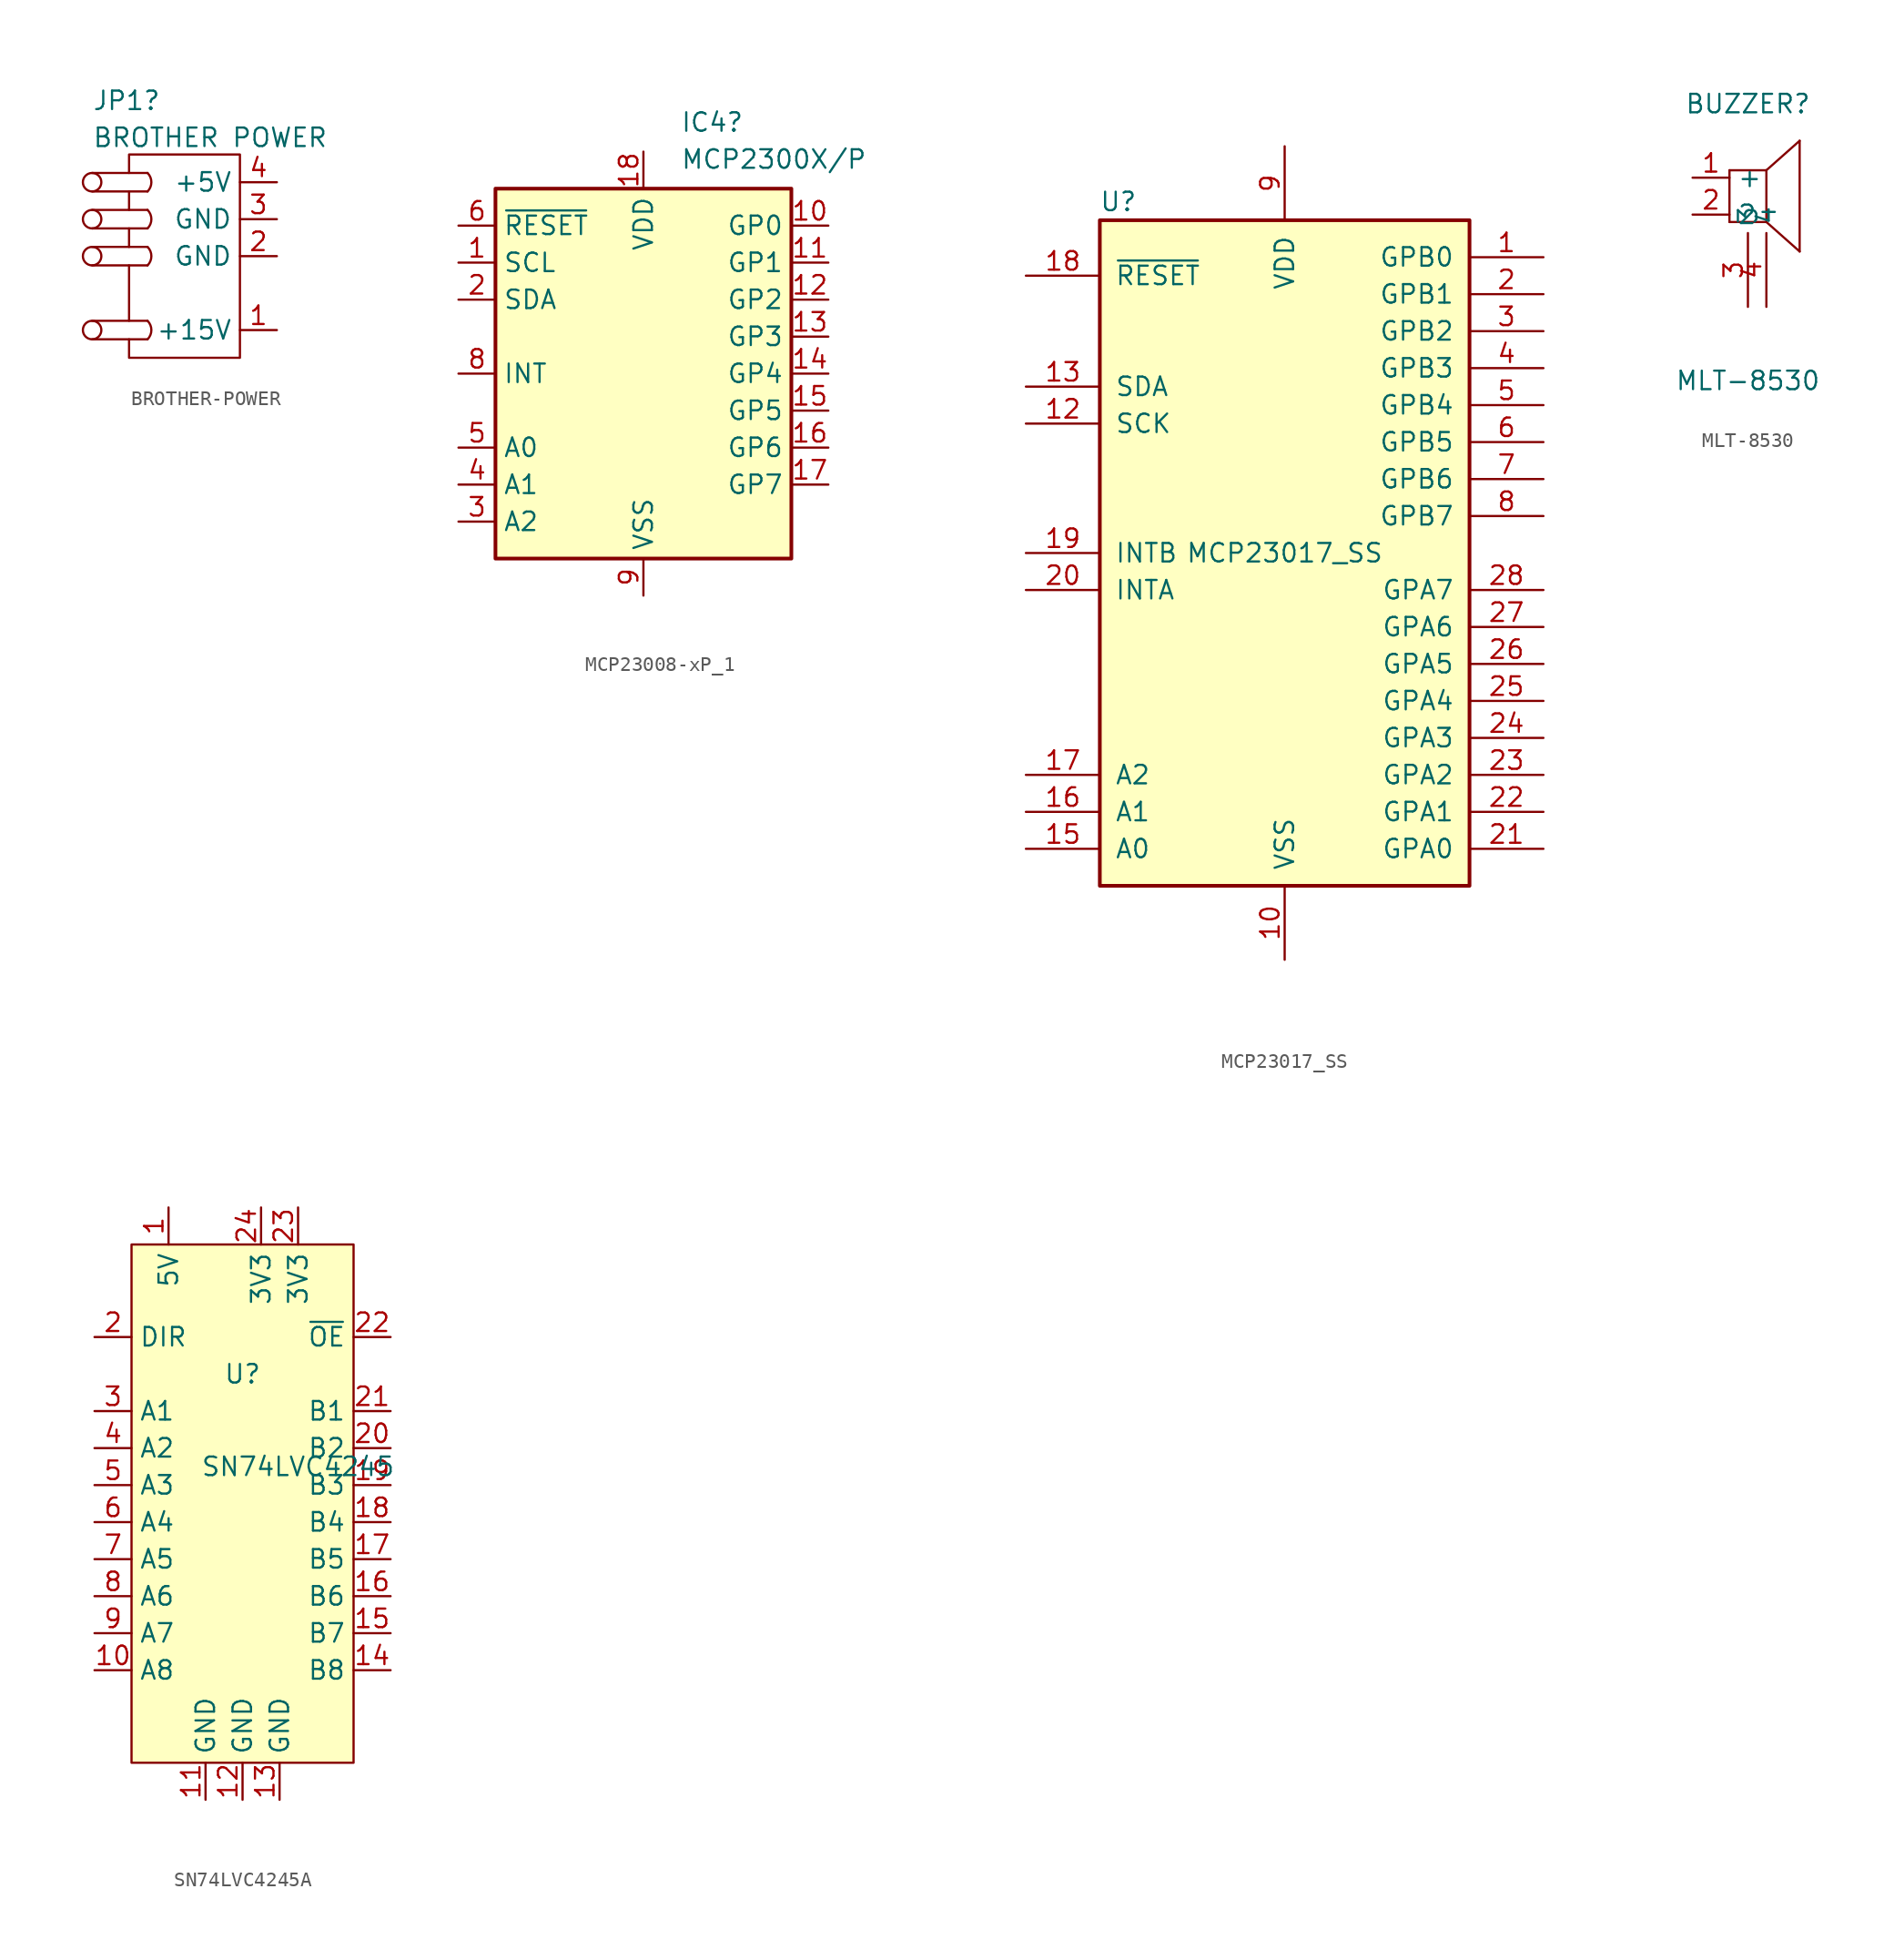
<source format=kicad_sym>
(kicad_symbol_lib
  (version 20241209)
  (generator "kicad_symbol_editor")
  (generator_version "9.0")
  (symbol "BROTHER-POWER"
    (property "Reference" "JP1"
      (at -5.08 12.7 0)
      (effects (font (size 1.27 1.27)) (justify left top)))
    (property "Value" "BROTHER POWER"
      (at -5.08 10.16 0)
      (effects (font (size 1.27 1.27)) (justify left top)))
    (symbol "BROTHER-POWER_1_1"
      (polyline (pts (xy -5.08 6.985) (xy -1.27 6.985)) (stroke (width 0) (type default)) (fill (type none)))
      (circle (center -5.08 6.35) (radius 0.635) (stroke (width 0) (type default)) (fill (type none)))
      (polyline (pts (xy -5.08 5.715) (xy -1.27 5.715)) (stroke (width 0) (type default)) (fill (type none)))
      (polyline (pts (xy -5.08 4.445) (xy -1.27 4.445)) (stroke (width 0) (type default)) (fill (type none)))
      (circle (center -5.08 3.81) (radius 0.635) (stroke (width 0) (type default)) (fill (type none)))
      (polyline (pts (xy -5.08 3.175) (xy -1.27 3.175)) (stroke (width 0) (type default)) (fill (type none)))
      (polyline (pts (xy -5.08 1.905) (xy -1.27 1.905)) (stroke (width 0) (type default)) (fill (type none)))
      (circle (center -5.08 1.27) (radius 0.635) (stroke (width 0) (type default)) (fill (type none)))
      (polyline (pts (xy -5.08 0.635) (xy -1.27 0.635)) (stroke (width 0) (type default)) (fill (type none)))
      (polyline (pts (xy -5.08 -3.175) (xy -1.27 -3.175)) (stroke (width 0) (type default)) (fill (type none)))
      (circle (center -5.08 -3.81) (radius 0.635) (stroke (width 0) (type default)) (fill (type none)))
      (polyline (pts (xy -5.08 -4.445) (xy -1.27 -4.445)) (stroke (width 0) (type default)) (fill (type none)))
      (polyline (pts (xy -2.54 6.985) (xy -2.54 8.255) (xy 5.08 8.255) (xy 5.08 -5.715) (xy -2.54 -5.715) (xy -2.54 -4.445)) (stroke (width 0) (type default)) (fill (type none)))
      (polyline (pts (xy -2.54 4.445) (xy -2.54 5.715)) (stroke (width 0) (type default)) (fill (type none)))
      (polyline (pts (xy -2.54 1.905) (xy -2.54 3.175)) (stroke (width 0) (type default)) (fill (type none)))
      (polyline (pts (xy -2.54 -3.175) (xy -2.54 0.635)) (stroke (width 0) (type default)) (fill (type none)))
      (arc (start -1.27 6.985) (mid -1.007 6.35) (end -1.27 5.715) (stroke (width 0) (type default)) (fill (type none)))
      (arc (start -1.27 4.445) (mid -1.007 3.81) (end -1.27 3.175) (stroke (width 0) (type default)) (fill (type none)))
      (arc (start -1.27 1.905) (mid -1.007 1.27) (end -1.27 0.635) (stroke (width 0) (type default)) (fill (type none)))
      (arc (start -1.27 -3.175) (mid -1.007 -3.81) (end -1.27 -4.445) (stroke (width 0) (type default)) (fill (type none)))
      (pin input line (at 7.62 6.35 180) (length 2.54) (name "+5V" (effects (font (size 1.27 1.27)))) (number "4" (effects (font (size 1.27 1.27)))))
      (pin input line (at 7.62 3.81 180) (length 2.54) (name "GND" (effects (font (size 1.27 1.27)))) (number "3" (effects (font (size 1.27 1.27)))))
      (pin input line (at 7.62 1.27 180) (length 2.54) (name "GND" (effects (font (size 1.27 1.27)))) (number "2" (effects (font (size 1.27 1.27)))))
      (pin input line (at 7.62 -3.81 180) (length 2.54) (name "+15V" (effects (font (size 1.27 1.27)))) (number "1" (effects (font (size 1.27 1.27)))))))
  (symbol "MCP23008-xP_1"
    (property "Reference" "IC4"
      (at 2.54 16.51 0)
      (effects (font (size 1.27 1.27)) (justify left bottom)))
    (property "Value" "MCP2300X{slash}P"
      (at 2.54 13.97 0)
      (effects (font (size 1.27 1.27)) (justify left bottom)))
    (symbol "MCP23008-xP_1_0_1"
      (rectangle (start -10.16 12.7) (end 10.16 -12.7) (stroke (width 0.254) (type default)) (fill (type background))))
    (symbol "MCP23008-xP_1_1_1"
      (pin input line (at -12.7 10.16 0) (length 2.54) (name "~{RESET}" (effects (font (size 1.27 1.27)))) (number "6" (effects (font (size 1.27 1.27)))))
      (pin input line (at -12.7 7.62 0) (length 2.54) (name "SCL" (effects (font (size 1.27 1.27)))) (number "1" (effects (font (size 1.27 1.27)))))
      (pin bidirectional line (at -12.7 5.08 0) (length 2.54) (name "SDA" (effects (font (size 1.27 1.27)))) (number "2" (effects (font (size 1.27 1.27)))))
      (pin output line (at -12.7 0 0) (length 2.54) (name "INT" (effects (font (size 1.27 1.27)))) (number "8" (effects (font (size 1.27 1.27)))) (alternate "INT" open_collector line))
      (pin input line (at -12.7 -5.08 0) (length 2.54) (name "A0" (effects (font (size 1.27 1.27)))) (number "5" (effects (font (size 1.27 1.27)))))
      (pin input line (at -12.7 -7.62 0) (length 2.54) (name "A1" (effects (font (size 1.27 1.27)))) (number "4" (effects (font (size 1.27 1.27)))))
      (pin input line (at -12.7 -10.16 0) (length 2.54) (name "A2" (effects (font (size 1.27 1.27)))) (number "3" (effects (font (size 1.27 1.27)))))
      (pin no_connect line (at -10.16 -2.54 0) (length 2.54) (hide yes) (name "NC" (effects (font (size 1.27 1.27)))) (number "7" (effects (font (size 1.27 1.27)))))
      (pin power_in line (at 0 15.24 270) (length 2.54) (name "VDD" (effects (font (size 1.27 1.27)))) (number "18" (effects (font (size 1.27 1.27)))))
      (pin power_in line (at 0 -15.24 90) (length 2.54) (name "VSS" (effects (font (size 1.27 1.27)))) (number "9" (effects (font (size 1.27 1.27)))))
      (pin bidirectional line (at 12.7 10.16 180) (length 2.54) (name "GP0" (effects (font (size 1.27 1.27)))) (number "10" (effects (font (size 1.27 1.27)))))
      (pin bidirectional line (at 12.7 7.62 180) (length 2.54) (name "GP1" (effects (font (size 1.27 1.27)))) (number "11" (effects (font (size 1.27 1.27)))))
      (pin bidirectional line (at 12.7 5.08 180) (length 2.54) (name "GP2" (effects (font (size 1.27 1.27)))) (number "12" (effects (font (size 1.27 1.27)))))
      (pin bidirectional line (at 12.7 2.54 180) (length 2.54) (name "GP3" (effects (font (size 1.27 1.27)))) (number "13" (effects (font (size 1.27 1.27)))))
      (pin bidirectional line (at 12.7 0 180) (length 2.54) (name "GP4" (effects (font (size 1.27 1.27)))) (number "14" (effects (font (size 1.27 1.27)))))
      (pin bidirectional line (at 12.7 -2.54 180) (length 2.54) (name "GP5" (effects (font (size 1.27 1.27)))) (number "15" (effects (font (size 1.27 1.27)))))
      (pin bidirectional line (at 12.7 -5.08 180) (length 2.54) (name "GP6" (effects (font (size 1.27 1.27)))) (number "16" (effects (font (size 1.27 1.27)))))
      (pin bidirectional line (at 12.7 -7.62 180) (length 2.54) (name "GP7" (effects (font (size 1.27 1.27)))) (number "17" (effects (font (size 1.27 1.27)))))))
  (symbol "MCP23017_SS"
    (pin_names
      (offset 1.016))
    (property "Reference" "U"
      (at -11.43 24.13 0)
      (effects (font (size 1.27 1.27))))
    (property "Value" "MCP23017_SS"
      (at 0 0 0)
      (effects (font (size 1.27 1.27))))
    (symbol "MCP23017_SS_0_1"
      (rectangle (start -12.7 22.86) (end 12.7 -22.86) (stroke (width 0.254) (type default)) (fill (type background))))
    (symbol "MCP23017_SS_1_1"
      (pin input line (at -17.78 19.05 0) (length 5.08) (name "~{RESET}" (effects (font (size 1.27 1.27)))) (number "18" (effects (font (size 1.27 1.27)))))
      (pin bidirectional line (at -17.78 11.43 0) (length 5.08) (name "SDA" (effects (font (size 1.27 1.27)))) (number "13" (effects (font (size 1.27 1.27)))))
      (pin input line (at -17.78 8.89 0) (length 5.08) (name "SCK" (effects (font (size 1.27 1.27)))) (number "12" (effects (font (size 1.27 1.27)))))
      (pin tri_state line (at -17.78 0 0) (length 5.08) (name "INTB" (effects (font (size 1.27 1.27)))) (number "19" (effects (font (size 1.27 1.27)))))
      (pin tri_state line (at -17.78 -2.54 0) (length 5.08) (name "INTA" (effects (font (size 1.27 1.27)))) (number "20" (effects (font (size 1.27 1.27)))))
      (pin no_connect line (at -17.78 -7.62 0) (length 5.08) (hide yes) (name "NC" (effects (font (size 1.27 1.27)))) (number "11" (effects (font (size 1.27 1.27)))))
      (pin no_connect line (at -17.78 -10.16 0) (length 5.08) (hide yes) (name "NC" (effects (font (size 1.27 1.27)))) (number "14" (effects (font (size 1.27 1.27)))))
      (pin input line (at -17.78 -15.24 0) (length 5.08) (name "A2" (effects (font (size 1.27 1.27)))) (number "17" (effects (font (size 1.27 1.27)))))
      (pin input line (at -17.78 -17.78 0) (length 5.08) (name "A1" (effects (font (size 1.27 1.27)))) (number "16" (effects (font (size 1.27 1.27)))))
      (pin input line (at -17.78 -20.32 0) (length 5.08) (name "A0" (effects (font (size 1.27 1.27)))) (number "15" (effects (font (size 1.27 1.27)))))
      (pin power_in line (at 0 27.94 270) (length 5.08) (name "VDD" (effects (font (size 1.27 1.27)))) (number "9" (effects (font (size 1.27 1.27)))))
      (pin power_in line (at 0 -27.94 90) (length 5.08) (name "VSS" (effects (font (size 1.27 1.27)))) (number "10" (effects (font (size 1.27 1.27)))))
      (pin bidirectional line (at 17.78 20.32 180) (length 5.08) (name "GPB0" (effects (font (size 1.27 1.27)))) (number "1" (effects (font (size 1.27 1.27)))))
      (pin bidirectional line (at 17.78 17.78 180) (length 5.08) (name "GPB1" (effects (font (size 1.27 1.27)))) (number "2" (effects (font (size 1.27 1.27)))))
      (pin bidirectional line (at 17.78 15.24 180) (length 5.08) (name "GPB2" (effects (font (size 1.27 1.27)))) (number "3" (effects (font (size 1.27 1.27)))))
      (pin bidirectional line (at 17.78 12.7 180) (length 5.08) (name "GPB3" (effects (font (size 1.27 1.27)))) (number "4" (effects (font (size 1.27 1.27)))))
      (pin bidirectional line (at 17.78 10.16 180) (length 5.08) (name "GPB4" (effects (font (size 1.27 1.27)))) (number "5" (effects (font (size 1.27 1.27)))))
      (pin bidirectional line (at 17.78 7.62 180) (length 5.08) (name "GPB5" (effects (font (size 1.27 1.27)))) (number "6" (effects (font (size 1.27 1.27)))))
      (pin bidirectional line (at 17.78 5.08 180) (length 5.08) (name "GPB6" (effects (font (size 1.27 1.27)))) (number "7" (effects (font (size 1.27 1.27)))))
      (pin bidirectional line (at 17.78 2.54 180) (length 5.08) (name "GPB7" (effects (font (size 1.27 1.27)))) (number "8" (effects (font (size 1.27 1.27)))))
      (pin bidirectional line (at 17.78 -2.54 180) (length 5.08) (name "GPA7" (effects (font (size 1.27 1.27)))) (number "28" (effects (font (size 1.27 1.27)))))
      (pin bidirectional line (at 17.78 -5.08 180) (length 5.08) (name "GPA6" (effects (font (size 1.27 1.27)))) (number "27" (effects (font (size 1.27 1.27)))))
      (pin bidirectional line (at 17.78 -7.62 180) (length 5.08) (name "GPA5" (effects (font (size 1.27 1.27)))) (number "26" (effects (font (size 1.27 1.27)))))
      (pin bidirectional line (at 17.78 -10.16 180) (length 5.08) (name "GPA4" (effects (font (size 1.27 1.27)))) (number "25" (effects (font (size 1.27 1.27)))))
      (pin bidirectional line (at 17.78 -12.7 180) (length 5.08) (name "GPA3" (effects (font (size 1.27 1.27)))) (number "24" (effects (font (size 1.27 1.27)))))
      (pin bidirectional line (at 17.78 -15.24 180) (length 5.08) (name "GPA2" (effects (font (size 1.27 1.27)))) (number "23" (effects (font (size 1.27 1.27)))))
      (pin bidirectional line (at 17.78 -17.78 180) (length 5.08) (name "GPA1" (effects (font (size 1.27 1.27)))) (number "22" (effects (font (size 1.27 1.27)))))
      (pin bidirectional line (at 17.78 -20.32 180) (length 5.08) (name "GPA0" (effects (font (size 1.27 1.27)))) (number "21" (effects (font (size 1.27 1.27)))))))
  (symbol "MLT-8530"
    (property "Reference" "BUZZER"
      (at 0 6.35 0)
      (effects (font (size 1.27 1.27))))
    (property "Value" "MLT-8530"
      (at 0 -12.7 0)
      (effects (font (size 1.27 1.27))))
    (symbol "MLT-8530_0_1"
      (polyline (pts (xy -1.27 1.78) (xy -1.27 -1.78)) (stroke (width 0) (type default)) (fill (type none)))
      (polyline (pts (xy -1.27 1.78) (xy 1.27 1.78)) (stroke (width 0) (type default)) (fill (type none)))
      (polyline (pts (xy -1.27 -1.78) (xy 1.27 -1.78)) (stroke (width 0) (type default)) (fill (type none)))
      (polyline (pts (xy 1.27 1.78) (xy 1.27 -1.78)) (stroke (width 0) (type default)) (fill (type none)))
      (polyline (pts (xy 1.27 -1.78) (xy 3.56 -3.81)) (stroke (width 0) (type default)) (fill (type none)))
      (polyline (pts (xy 3.56 3.81) (xy 1.27 1.78)) (stroke (width 0) (type default)) (fill (type none)))
      (polyline (pts (xy 3.56 3.81) (xy 3.56 -3.81)) (stroke (width 0) (type default)) (fill (type none)))
      (pin input line (at -3.81 1.27 0) (length 2.54) (name "+" (effects (font (size 1.27 1.27)))) (number "1" (effects (font (size 1.27 1.27)))))
      (pin output line (at -3.81 -1.27 0) (length 2.54) (name "2" (effects (font (size 1.27 1.27)))) (number "2" (effects (font (size 1.27 1.27)))))
      (pin passive line (at 0 -7.62 90) (length 5.08) (name "3" (effects (font (size 1.27 1.27)))) (number "3" (effects (font (size 1.27 1.27)))))
      (pin passive line (at 1.27 -7.62 90) (length 5.08) (name "4" (effects (font (size 1.27 1.27)))) (number "4" (effects (font (size 1.27 1.27)))))))
  (symbol "SN74LVC4245A"
    (property "Reference" "U"
      (at 0 8.89 0)
      (effects (font (size 1.27 1.27))))
    (property "Value" "SN74LVC4245"
      (at 3.81 2.54 0)
      (effects (font (size 1.27 1.27))))
    (symbol "SN74LVC4245A_0_0"
      (pin input line (at -10.16 11.43 0) (length 2.54) (name "DIR" (effects (font (size 1.27 1.27)))) (number "2" (effects (font (size 1.27 1.27)))))
      (pin bidirectional line (at -10.16 6.35 0) (length 2.54) (name "A1" (effects (font (size 1.27 1.27)))) (number "3" (effects (font (size 1.27 1.27)))))
      (pin bidirectional line (at -10.16 3.81 0) (length 2.54) (name "A2" (effects (font (size 1.27 1.27)))) (number "4" (effects (font (size 1.27 1.27)))))
      (pin bidirectional line (at -10.16 1.27 0) (length 2.54) (name "A3" (effects (font (size 1.27 1.27)))) (number "5" (effects (font (size 1.27 1.27)))))
      (pin bidirectional line (at -10.16 -1.27 0) (length 2.54) (name "A4" (effects (font (size 1.27 1.27)))) (number "6" (effects (font (size 1.27 1.27)))))
      (pin bidirectional line (at -10.16 -3.81 0) (length 2.54) (name "A5" (effects (font (size 1.27 1.27)))) (number "7" (effects (font (size 1.27 1.27)))))
      (pin bidirectional line (at -10.16 -6.35 0) (length 2.54) (name "A6" (effects (font (size 1.27 1.27)))) (number "8" (effects (font (size 1.27 1.27)))))
      (pin bidirectional line (at -10.16 -8.89 0) (length 2.54) (name "A7" (effects (font (size 1.27 1.27)))) (number "9" (effects (font (size 1.27 1.27)))))
      (pin bidirectional line (at -10.16 -11.43 0) (length 2.54) (name "A8" (effects (font (size 1.27 1.27)))) (number "10" (effects (font (size 1.27 1.27)))))
      (pin power_in line (at -2.54 -20.32 90) (length 2.54) (name "GND" (effects (font (size 1.27 1.27)))) (number "11" (effects (font (size 1.27 1.27)))))
      (pin power_in line (at 0 -20.32 90) (length 2.54) (name "GND" (effects (font (size 1.27 1.27)))) (number "12" (effects (font (size 1.27 1.27)))))
      (pin power_in line (at 1.27 20.32 270) (length 2.54) (name "3V3" (effects (font (size 1.27 1.27)))) (number "24" (effects (font (size 1.27 1.27)))))
      (pin power_in line (at 2.54 -20.32 90) (length 2.54) (name "GND" (effects (font (size 1.27 1.27)))) (number "13" (effects (font (size 1.27 1.27)))))
      (pin power_in line (at 3.81 20.32 270) (length 2.54) (name "3V3" (effects (font (size 1.27 1.27)))) (number "23" (effects (font (size 1.27 1.27)))))
      (pin bidirectional line (at 10.16 6.35 180) (length 2.54) (name "B1" (effects (font (size 1.27 1.27)))) (number "21" (effects (font (size 1.27 1.27)))))
      (pin bidirectional line (at 10.16 3.81 180) (length 2.54) (name "B2" (effects (font (size 1.27 1.27)))) (number "20" (effects (font (size 1.27 1.27)))))
      (pin bidirectional line (at 10.16 1.27 180) (length 2.54) (name "B3" (effects (font (size 1.27 1.27)))) (number "19" (effects (font (size 1.27 1.27)))))
      (pin bidirectional line (at 10.16 -1.27 180) (length 2.54) (name "B4" (effects (font (size 1.27 1.27)))) (number "18" (effects (font (size 1.27 1.27)))))
      (pin bidirectional line (at 10.16 -3.81 180) (length 2.54) (name "B5" (effects (font (size 1.27 1.27)))) (number "17" (effects (font (size 1.27 1.27)))))
      (pin bidirectional line (at 10.16 -6.35 180) (length 2.54) (name "B6" (effects (font (size 1.27 1.27)))) (number "16" (effects (font (size 1.27 1.27)))))
      (pin bidirectional line (at 10.16 -8.89 180) (length 2.54) (name "B7" (effects (font (size 1.27 1.27)))) (number "15" (effects (font (size 1.27 1.27)))))
      (pin bidirectional line (at 10.16 -11.43 180) (length 2.54) (name "B8" (effects (font (size 1.27 1.27)))) (number "14" (effects (font (size 1.27 1.27))))))
    (symbol "SN74LVC4245A_1_0"
      (pin power_in line (at -5.08 20.32 270) (length 2.54) (name "5V" (effects (font (size 1.27 1.27)))) (number "1" (effects (font (size 1.27 1.27)))))
      (pin input line (at 10.16 11.43 180) (length 2.54) (name "~{OE}" (effects (font (size 1.27 1.27)))) (number "22" (effects (font (size 1.27 1.27))))))
    (symbol "SN74LVC4245A_1_1"
      (rectangle (start -7.62 17.78) (end 7.62 -17.78) (stroke (width 0) (type default)) (fill (type background))))))
</source>
